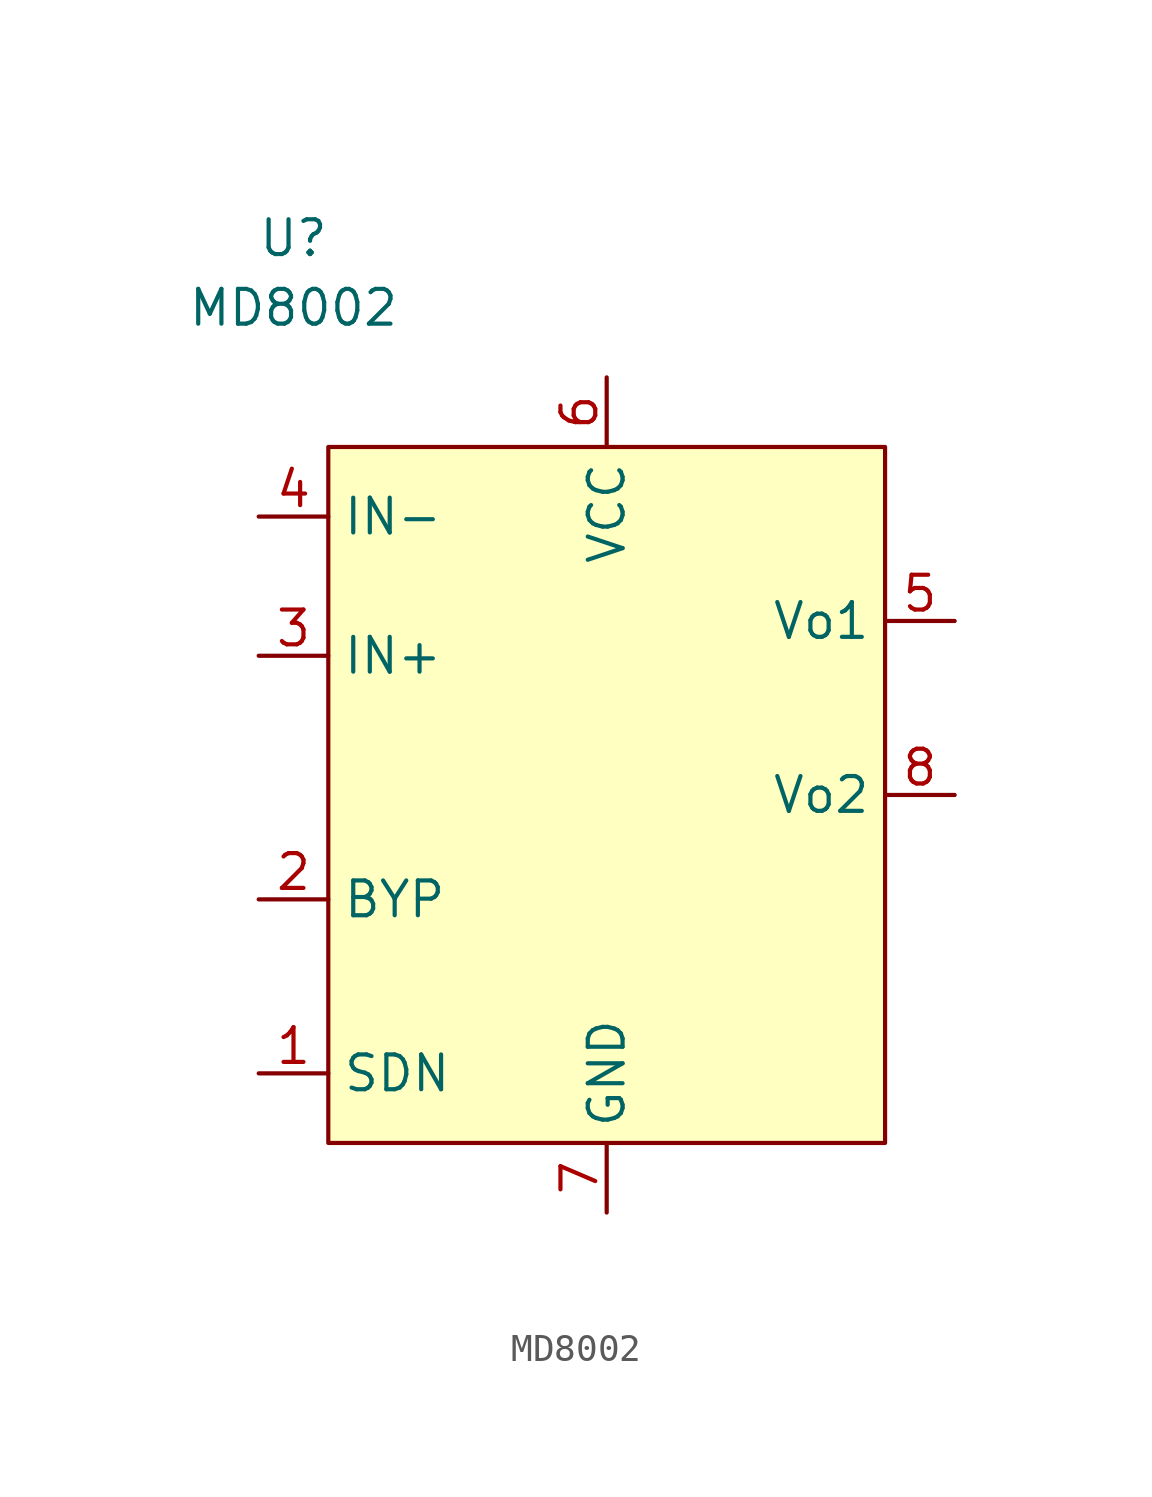
<source format=kicad_sym>
(kicad_symbol_lib
  (version 20211014)
  (generator kicad_symbol_editor)
  (symbol "MD8002"
    (property "Reference" "U"
      (at -1.27 7.62 0)
      (effects (font (size 1.27 1.27))))
    (property "Value" "MD8002"
      (at -1.27 5.08 0)
      (effects (font (size 1.27 1.27))))
    (symbol "MD8002_0_1"
      (rectangle (start 0 0) (end 20.32 -25.4) (stroke (width 0) (type default) (color 0 0 0 0)) (fill (type background))))
    (symbol "MD8002_1_1"
      (pin input line (at -2.54 -22.86 0) (length 2.54) (name "SDN" (effects (font (size 1.27 1.27)))) (number "1" (effects (font (size 1.27 1.27)))))
      (pin input line (at -2.54 -16.51 0) (length 2.54) (name "BYP" (effects (font (size 1.27 1.27)))) (number "2" (effects (font (size 1.27 1.27)))))
      (pin input line (at -2.54 -7.62 0) (length 2.54) (name "IN+" (effects (font (size 1.27 1.27)))) (number "3" (effects (font (size 1.27 1.27)))))
      (pin input line (at -2.54 -2.54 0) (length 2.54) (name "IN-" (effects (font (size 1.27 1.27)))) (number "4" (effects (font (size 1.27 1.27)))))
      (pin output line (at 22.86 -6.35 180) (length 2.54) (name "Vo1" (effects (font (size 1.27 1.27)))) (number "5" (effects (font (size 1.27 1.27)))))
      (pin power_in line (at 10.16 2.54 270) (length 2.54) (name "VCC" (effects (font (size 1.27 1.27)))) (number "6" (effects (font (size 1.27 1.27)))))
      (pin power_in line (at 10.16 -27.94 90) (length 2.54) (name "GND" (effects (font (size 1.27 1.27)))) (number "7" (effects (font (size 1.27 1.27)))))
      (pin output line (at 22.86 -12.7 180) (length 2.54) (name "Vo2" (effects (font (size 1.27 1.27)))) (number "8" (effects (font (size 1.27 1.27))))))))
</source>
